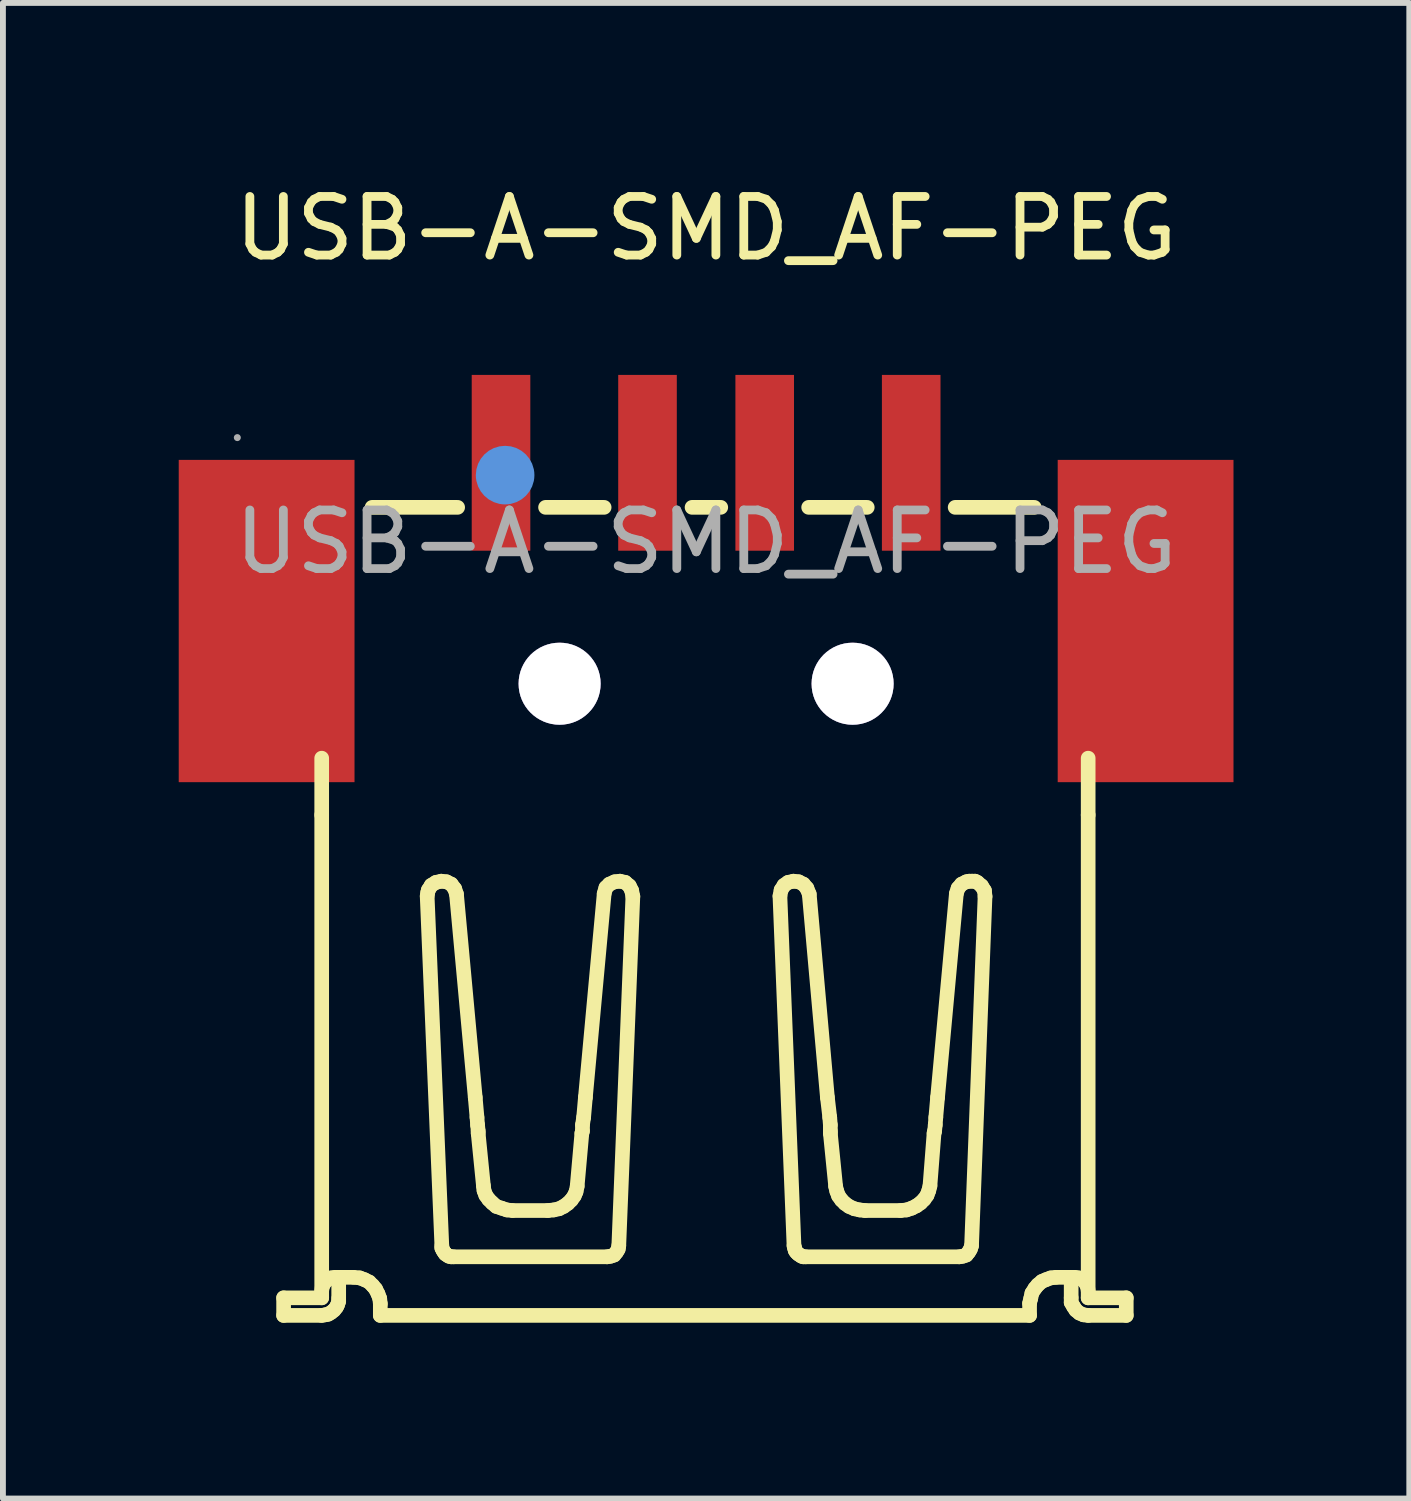
<source format=kicad_pcb>
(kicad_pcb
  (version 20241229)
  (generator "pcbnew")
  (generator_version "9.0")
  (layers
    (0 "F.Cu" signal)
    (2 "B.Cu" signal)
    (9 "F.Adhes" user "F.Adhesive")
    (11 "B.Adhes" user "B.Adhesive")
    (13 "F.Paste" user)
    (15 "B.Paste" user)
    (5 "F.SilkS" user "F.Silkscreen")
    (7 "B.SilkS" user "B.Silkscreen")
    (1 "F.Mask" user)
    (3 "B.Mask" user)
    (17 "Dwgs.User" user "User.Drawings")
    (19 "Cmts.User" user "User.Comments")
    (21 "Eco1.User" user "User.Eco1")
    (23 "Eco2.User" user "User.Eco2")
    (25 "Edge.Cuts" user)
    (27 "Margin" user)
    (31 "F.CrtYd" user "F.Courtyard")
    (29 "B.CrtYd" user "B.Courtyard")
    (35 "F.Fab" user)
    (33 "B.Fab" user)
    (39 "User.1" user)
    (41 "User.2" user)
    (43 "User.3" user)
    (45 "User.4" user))
  (footprint "USB-A-SMD_AF-PEG"
    (layer "F.Cu")
    (at 9 6.198)
    (property "Reference" "USB-A-SMD_AF-PEG" (at 0 -5.35 0) (layer "F.SilkS") (effects (font (size 1 1) (thickness 0.15))))
    (attr through_hole)
    (fp_line (start -7.21 12.9) (end -6.56 12.9) (stroke (width 0.25) (type solid)) (layer "F.SilkS"))
    (fp_line (start -7.21 13.2) (end -7.21 12.9) (stroke (width 0.25) (type solid)) (layer "F.SilkS"))
    (fp_line (start -7.21 13.2) (end -6.56 13.2) (stroke (width 0.25) (type solid)) (layer "F.SilkS"))
    (fp_line (start -6.56 4.66) (end -6.56 3.69) (stroke (width 0.25) (type solid)) (layer "F.SilkS"))
    (fp_line (start -6.56 12.9) (end -6.56 4.66) (stroke (width 0.25) (type solid)) (layer "F.SilkS"))
    (fp_line (start -6.56 13.2) (end -6.5 13.19) (stroke (width 0.25) (type solid)) (layer "F.SilkS"))
    (fp_line (start -6.55 12.71) (end -6.56 12.78) (stroke (width 0.25) (type solid)) (layer "F.SilkS"))
    (fp_line (start -6.52 12.65) (end -6.55 12.71) (stroke (width 0.25) (type solid)) (layer "F.SilkS"))
    (fp_line (start -6.5 13.19) (end -6.45 13.18) (stroke (width 0.25) (type solid)) (layer "F.SilkS"))
    (fp_line (start -6.47 12.59) (end -6.52 12.65) (stroke (width 0.25) (type solid)) (layer "F.SilkS"))
    (fp_line (start -6.45 13.18) (end -6.4 13.15) (stroke (width 0.25) (type solid)) (layer "F.SilkS"))
    (fp_line (start -6.4 12.56) (end -6.47 12.59) (stroke (width 0.25) (type solid)) (layer "F.SilkS"))
    (fp_line (start -6.4 13.15) (end -6.35 13.11) (stroke (width 0.25) (type solid)) (layer "F.SilkS"))
    (fp_line (start -6.35 13.11) (end -6.31 13.06) (stroke (width 0.25) (type solid)) (layer "F.SilkS"))
    (fp_line (start -6.33 12.55) (end -6.4 12.56) (stroke (width 0.25) (type solid)) (layer "F.SilkS"))
    (fp_line (start -6.33 12.55) (end -6.02 12.55) (stroke (width 0.25) (type solid)) (layer "F.SilkS"))
    (fp_line (start -6.31 13.06) (end -6.29 13.02) (stroke (width 0.25) (type solid)) (layer "F.SilkS"))
    (fp_line (start -6.29 13.02) (end -6.27 12.96) (stroke (width 0.25) (type solid)) (layer "F.SilkS"))
    (fp_line (start -6.27 12.9) (end -6.27 12.55) (stroke (width 0.25) (type solid)) (layer "F.SilkS"))
    (fp_line (start -6.27 12.96) (end -6.27 12.91) (stroke (width 0.25) (type solid)) (layer "F.SilkS"))
    (fp_line (start -5.91 12.56) (end -6.01 12.55) (stroke (width 0.25) (type solid)) (layer "F.SilkS"))
    (fp_line (start -5.83 12.59) (end -5.91 12.56) (stroke (width 0.25) (type solid)) (layer "F.SilkS"))
    (fp_line (start -5.75 12.63) (end -5.83 12.59) (stroke (width 0.25) (type solid)) (layer "F.SilkS"))
    (fp_line (start -5.69 12.69) (end -5.75 12.63) (stroke (width 0.25) (type solid)) (layer "F.SilkS"))
    (fp_line (start -5.64 12.75) (end -5.69 12.69) (stroke (width 0.25) (type solid)) (layer "F.SilkS"))
    (fp_line (start -5.6 12.83) (end -5.64 12.75) (stroke (width 0.25) (type solid)) (layer "F.SilkS"))
    (fp_line (start -5.57 12.91) (end -5.6 12.83) (stroke (width 0.25) (type solid)) (layer "F.SilkS"))
    (fp_line (start -5.56 13) (end -5.57 12.91) (stroke (width 0.25) (type solid)) (layer "F.SilkS"))
    (fp_line (start -5.56 13) (end -5.56 13.2) (stroke (width 0.25) (type solid)) (layer "F.SilkS"))
    (fp_line (start -5.56 13.2) (end 5.52 13.2) (stroke (width 0.25) (type solid)) (layer "F.SilkS"))
    (fp_line (start -4.76 6.05) (end -4.51 12.01) (stroke (width 0.25) (type solid)) (layer "F.SilkS"))
    (fp_line (start -4.75 5.98) (end -4.76 6.04) (stroke (width 0.25) (type solid)) (layer "F.SilkS"))
    (fp_line (start -4.74 5.94) (end -4.75 5.98) (stroke (width 0.25) (type solid)) (layer "F.SilkS"))
    (fp_line (start -4.69 5.86) (end -4.74 5.94) (stroke (width 0.25) (type solid)) (layer "F.SilkS"))
    (fp_line (start -4.61 5.81) (end -4.69 5.86) (stroke (width 0.25) (type solid)) (layer "F.SilkS"))
    (fp_line (start -4.52 5.79) (end -4.61 5.81) (stroke (width 0.25) (type solid)) (layer "F.SilkS"))
    (fp_line (start -4.51 12.01) (end -4.51 12.05) (stroke (width 0.25) (type solid)) (layer "F.SilkS"))
    (fp_line (start -4.51 12.05) (end -4.49 12.09) (stroke (width 0.25) (type solid)) (layer "F.SilkS"))
    (fp_line (start -4.49 12.09) (end -4.47 12.12) (stroke (width 0.25) (type solid)) (layer "F.SilkS"))
    (fp_line (start -4.47 12.12) (end -4.45 12.15) (stroke (width 0.25) (type solid)) (layer "F.SilkS"))
    (fp_line (start -4.45 12.15) (end -4.42 12.17) (stroke (width 0.25) (type solid)) (layer "F.SilkS"))
    (fp_line (start -4.43 5.8) (end -4.52 5.79) (stroke (width 0.25) (type solid)) (layer "F.SilkS"))
    (fp_line (start -4.42 12.17) (end -4.39 12.19) (stroke (width 0.25) (type solid)) (layer "F.SilkS"))
    (fp_line (start -4.39 12.19) (end -4.35 12.2) (stroke (width 0.25) (type solid)) (layer "F.SilkS"))
    (fp_line (start -4.35 5.84) (end -4.43 5.8) (stroke (width 0.25) (type solid)) (layer "F.SilkS"))
    (fp_line (start -4.35 12.2) (end -4.31 12.2) (stroke (width 0.25) (type solid)) (layer "F.SilkS"))
    (fp_line (start -4.31 12.2) (end -1.69 12.2) (stroke (width 0.25) (type solid)) (layer "F.SilkS"))
    (fp_line (start -4.29 5.92) (end -4.35 5.84) (stroke (width 0.25) (type solid)) (layer "F.SilkS"))
    (fp_line (start -4.26 6.01) (end -4.29 5.92) (stroke (width 0.25) (type solid)) (layer "F.SilkS"))
    (fp_line (start -4.24 -0.59) (end -5.7 -0.59) (stroke (width 0.25) (type solid)) (layer "F.SilkS"))
    (fp_line (start -3.94 9.48) (end -4.26 6.01) (stroke (width 0.25) (type solid)) (layer "F.SilkS"))
    (fp_line (start -3.94 9.48) (end -3.91 9.82) (stroke (width 0.25) (type solid)) (layer "F.SilkS"))
    (fp_line (start -3.91 9.82) (end -3.9 9.95) (stroke (width 0.25) (type solid)) (layer "F.SilkS"))
    (fp_line (start -3.89 10.05) (end -3.9 9.95) (stroke (width 0.25) (type solid)) (layer "F.SilkS"))
    (fp_line (start -3.89 10.09) (end -3.89 10.05) (stroke (width 0.25) (type solid)) (layer "F.SilkS"))
    (fp_line (start -3.8 10.99) (end -3.89 10.09) (stroke (width 0.25) (type solid)) (layer "F.SilkS"))
    (fp_line (start -3.8 10.99) (end -3.79 11.07) (stroke (width 0.25) (type solid)) (layer "F.SilkS"))
    (fp_line (start -3.79 11.07) (end -3.76 11.15) (stroke (width 0.25) (type solid)) (layer "F.SilkS"))
    (fp_line (start -3.76 11.15) (end -3.71 11.22) (stroke (width 0.25) (type solid)) (layer "F.SilkS"))
    (fp_line (start -3.71 11.22) (end -3.65 11.28) (stroke (width 0.25) (type solid)) (layer "F.SilkS"))
    (fp_line (start -3.65 11.28) (end -3.58 11.34) (stroke (width 0.25) (type solid)) (layer "F.SilkS"))
    (fp_line (start -3.58 11.34) (end -3.49 11.37) (stroke (width 0.25) (type solid)) (layer "F.SilkS"))
    (fp_line (start -3.49 11.37) (end -3.4 11.4) (stroke (width 0.25) (type solid)) (layer "F.SilkS"))
    (fp_line (start -3.4 11.4) (end -3.31 11.41) (stroke (width 0.25) (type solid)) (layer "F.SilkS"))
    (fp_line (start -2.7 11.41) (end -3.3 11.41) (stroke (width 0.25) (type solid)) (layer "F.SilkS"))
    (fp_line (start -2.7 11.41) (end -2.6 11.4) (stroke (width 0.25) (type solid)) (layer "F.SilkS"))
    (fp_line (start -2.6 11.4) (end -2.51 11.38) (stroke (width 0.25) (type solid)) (layer "F.SilkS"))
    (fp_line (start -2.51 11.38) (end -2.43 11.34) (stroke (width 0.25) (type solid)) (layer "F.SilkS"))
    (fp_line (start -2.43 11.34) (end -2.36 11.29) (stroke (width 0.25) (type solid)) (layer "F.SilkS"))
    (fp_line (start -2.36 11.29) (end -2.3 11.23) (stroke (width 0.25) (type solid)) (layer "F.SilkS"))
    (fp_line (start -2.3 11.23) (end -2.25 11.16) (stroke (width 0.25) (type solid)) (layer "F.SilkS"))
    (fp_line (start -2.25 11.16) (end -2.22 11.09) (stroke (width 0.25) (type solid)) (layer "F.SilkS"))
    (fp_line (start -2.22 11.09) (end -2.2 11) (stroke (width 0.25) (type solid)) (layer "F.SilkS"))
    (fp_line (start -2.12 10.09) (end -2.2 10.99) (stroke (width 0.25) (type solid)) (layer "F.SilkS"))
    (fp_line (start -2.12 10.09) (end -2.11 10.05) (stroke (width 0.25) (type solid)) (layer "F.SilkS"))
    (fp_line (start -2.11 10.05) (end -2.11 9.95) (stroke (width 0.25) (type solid)) (layer "F.SilkS"))
    (fp_line (start -2.09 9.82) (end -2.11 9.95) (stroke (width 0.25) (type solid)) (layer "F.SilkS"))
    (fp_line (start -2.06 9.48) (end -2.09 9.82) (stroke (width 0.25) (type solid)) (layer "F.SilkS"))
    (fp_line (start -2.06 9.48) (end -1.74 6.01) (stroke (width 0.25) (type solid)) (layer "F.SilkS"))
    (fp_line (start -1.74 -0.59) (end -2.74 -0.59) (stroke (width 0.25) (type solid)) (layer "F.SilkS"))
    (fp_line (start -1.71 5.9) (end -1.74 6) (stroke (width 0.25) (type solid)) (layer "F.SilkS"))
    (fp_line (start -1.69 12.2) (end -1.63 12.19) (stroke (width 0.25) (type solid)) (layer "F.SilkS"))
    (fp_line (start -1.65 5.84) (end -1.71 5.9) (stroke (width 0.25) (type solid)) (layer "F.SilkS"))
    (fp_line (start -1.63 12.19) (end -1.57 12.17) (stroke (width 0.25) (type solid)) (layer "F.SilkS"))
    (fp_line (start -1.57 12.17) (end -1.53 12.12) (stroke (width 0.25) (type solid)) (layer "F.SilkS"))
    (fp_line (start -1.56 5.8) (end -1.65 5.84) (stroke (width 0.25) (type solid)) (layer "F.SilkS"))
    (fp_line (start -1.53 12.12) (end -1.5 12.07) (stroke (width 0.25) (type solid)) (layer "F.SilkS"))
    (fp_line (start -1.5 12.07) (end -1.49 12.01) (stroke (width 0.25) (type solid)) (layer "F.SilkS"))
    (fp_line (start -1.49 12.01) (end -1.25 6.05) (stroke (width 0.25) (type solid)) (layer "F.SilkS"))
    (fp_line (start -1.47 5.79) (end -1.56 5.8) (stroke (width 0.25) (type solid)) (layer "F.SilkS"))
    (fp_line (start -1.38 5.81) (end -1.47 5.79) (stroke (width 0.25) (type solid)) (layer "F.SilkS"))
    (fp_line (start -1.31 5.87) (end -1.38 5.81) (stroke (width 0.25) (type solid)) (layer "F.SilkS"))
    (fp_line (start -1.27 5.95) (end -1.31 5.87) (stroke (width 0.25) (type solid)) (layer "F.SilkS"))
    (fp_line (start -1.25 6.05) (end -1.27 5.95) (stroke (width 0.25) (type solid)) (layer "F.SilkS"))
    (fp_line (start 0.25 -0.59) (end -0.24 -0.59) (stroke (width 0.25) (type solid)) (layer "F.SilkS"))
    (fp_line (start 1.28 5.94) (end 1.26 6.04) (stroke (width 0.25) (type solid)) (layer "F.SilkS"))
    (fp_line (start 1.33 5.86) (end 1.28 5.94) (stroke (width 0.25) (type solid)) (layer "F.SilkS"))
    (fp_line (start 1.4 5.81) (end 1.33 5.86) (stroke (width 0.25) (type solid)) (layer "F.SilkS"))
    (fp_line (start 1.49 5.79) (end 1.4 5.81) (stroke (width 0.25) (type solid)) (layer "F.SilkS"))
    (fp_line (start 1.5 12.01) (end 1.26 6.05) (stroke (width 0.25) (type solid)) (layer "F.SilkS"))
    (fp_line (start 1.5 12.01) (end 1.51 12.05) (stroke (width 0.25) (type solid)) (layer "F.SilkS"))
    (fp_line (start 1.51 12.05) (end 1.52 12.09) (stroke (width 0.25) (type solid)) (layer "F.SilkS"))
    (fp_line (start 1.52 12.09) (end 1.54 12.12) (stroke (width 0.25) (type solid)) (layer "F.SilkS"))
    (fp_line (start 1.54 12.12) (end 1.57 12.15) (stroke (width 0.25) (type solid)) (layer "F.SilkS"))
    (fp_line (start 1.57 12.15) (end 1.6 12.17) (stroke (width 0.25) (type solid)) (layer "F.SilkS"))
    (fp_line (start 1.58 5.8) (end 1.49 5.79) (stroke (width 0.25) (type solid)) (layer "F.SilkS"))
    (fp_line (start 1.6 12.17) (end 1.63 12.19) (stroke (width 0.25) (type solid)) (layer "F.SilkS"))
    (fp_line (start 1.63 12.19) (end 1.66 12.2) (stroke (width 0.25) (type solid)) (layer "F.SilkS"))
    (fp_line (start 1.66 5.84) (end 1.58 5.8) (stroke (width 0.25) (type solid)) (layer "F.SilkS"))
    (fp_line (start 1.66 12.2) (end 1.7 12.2) (stroke (width 0.25) (type solid)) (layer "F.SilkS"))
    (fp_line (start 1.72 5.91) (end 1.66 5.84) (stroke (width 0.25) (type solid)) (layer "F.SilkS"))
    (fp_line (start 1.76 6.01) (end 1.72 5.91) (stroke (width 0.25) (type solid)) (layer "F.SilkS"))
    (fp_line (start 2.07 9.48) (end 1.76 6.01) (stroke (width 0.25) (type solid)) (layer "F.SilkS"))
    (fp_line (start 2.07 9.48) (end 2.11 9.82) (stroke (width 0.25) (type solid)) (layer "F.SilkS"))
    (fp_line (start 2.11 9.82) (end 2.12 9.95) (stroke (width 0.25) (type solid)) (layer "F.SilkS"))
    (fp_line (start 2.12 10.05) (end 2.12 9.95) (stroke (width 0.25) (type solid)) (layer "F.SilkS"))
    (fp_line (start 2.12 10.09) (end 2.12 10.05) (stroke (width 0.25) (type solid)) (layer "F.SilkS"))
    (fp_line (start 2.12 10.09) (end 2.21 10.99) (stroke (width 0.25) (type solid)) (layer "F.SilkS"))
    (fp_line (start 2.23 11.08) (end 2.21 11) (stroke (width 0.25) (type solid)) (layer "F.SilkS"))
    (fp_line (start 2.26 11.16) (end 2.23 11.08) (stroke (width 0.25) (type solid)) (layer "F.SilkS"))
    (fp_line (start 2.31 11.23) (end 2.26 11.16) (stroke (width 0.25) (type solid)) (layer "F.SilkS"))
    (fp_line (start 2.37 11.29) (end 2.31 11.23) (stroke (width 0.25) (type solid)) (layer "F.SilkS"))
    (fp_line (start 2.44 11.34) (end 2.37 11.29) (stroke (width 0.25) (type solid)) (layer "F.SilkS"))
    (fp_line (start 2.53 11.38) (end 2.44 11.34) (stroke (width 0.25) (type solid)) (layer "F.SilkS"))
    (fp_line (start 2.62 11.4) (end 2.53 11.38) (stroke (width 0.25) (type solid)) (layer "F.SilkS"))
    (fp_line (start 2.71 11.41) (end 2.62 11.4) (stroke (width 0.25) (type solid)) (layer "F.SilkS"))
    (fp_line (start 2.71 11.41) (end 3.32 11.41) (stroke (width 0.25) (type solid)) (layer "F.SilkS"))
    (fp_line (start 2.75 -0.59) (end 1.75 -0.59) (stroke (width 0.25) (type solid)) (layer "F.SilkS"))
    (fp_line (start 3.42 11.4) (end 3.32 11.41) (stroke (width 0.25) (type solid)) (layer "F.SilkS"))
    (fp_line (start 3.51 11.37) (end 3.42 11.4) (stroke (width 0.25) (type solid)) (layer "F.SilkS"))
    (fp_line (start 3.59 11.33) (end 3.51 11.37) (stroke (width 0.25) (type solid)) (layer "F.SilkS"))
    (fp_line (start 3.66 11.28) (end 3.59 11.33) (stroke (width 0.25) (type solid)) (layer "F.SilkS"))
    (fp_line (start 3.72 11.22) (end 3.66 11.28) (stroke (width 0.25) (type solid)) (layer "F.SilkS"))
    (fp_line (start 3.77 11.15) (end 3.72 11.22) (stroke (width 0.25) (type solid)) (layer "F.SilkS"))
    (fp_line (start 3.8 11.07) (end 3.77 11.15) (stroke (width 0.25) (type solid)) (layer "F.SilkS"))
    (fp_line (start 3.82 10.99) (end 3.8 11.07) (stroke (width 0.25) (type solid)) (layer "F.SilkS"))
    (fp_line (start 3.89 10.09) (end 3.82 10.99) (stroke (width 0.25) (type solid)) (layer "F.SilkS"))
    (fp_line (start 3.89 10.09) (end 3.9 10.05) (stroke (width 0.25) (type solid)) (layer "F.SilkS"))
    (fp_line (start 3.9 10.05) (end 3.91 9.95) (stroke (width 0.25) (type solid)) (layer "F.SilkS"))
    (fp_line (start 3.92 9.82) (end 3.91 9.95) (stroke (width 0.25) (type solid)) (layer "F.SilkS"))
    (fp_line (start 3.95 9.48) (end 3.92 9.82) (stroke (width 0.25) (type solid)) (layer "F.SilkS"))
    (fp_line (start 3.95 9.48) (end 4.27 6.01) (stroke (width 0.25) (type solid)) (layer "F.SilkS"))
    (fp_line (start 4.25 -0.59) (end 5.6 -0.59) (stroke (width 0.25) (type solid)) (layer "F.SilkS"))
    (fp_line (start 4.3 5.91) (end 4.27 6) (stroke (width 0.25) (type solid)) (layer "F.SilkS"))
    (fp_line (start 4.32 12.2) (end 1.7 12.2) (stroke (width 0.25) (type solid)) (layer "F.SilkS"))
    (fp_line (start 4.32 12.2) (end 4.38 12.19) (stroke (width 0.25) (type solid)) (layer "F.SilkS"))
    (fp_line (start 4.36 5.84) (end 4.3 5.91) (stroke (width 0.25) (type solid)) (layer "F.SilkS"))
    (fp_line (start 4.38 12.19) (end 4.44 12.17) (stroke (width 0.25) (type solid)) (layer "F.SilkS"))
    (fp_line (start 4.44 5.8) (end 4.36 5.84) (stroke (width 0.25) (type solid)) (layer "F.SilkS"))
    (fp_line (start 4.44 12.17) (end 4.48 12.12) (stroke (width 0.25) (type solid)) (layer "F.SilkS"))
    (fp_line (start 4.48 12.12) (end 4.51 12.07) (stroke (width 0.25) (type solid)) (layer "F.SilkS"))
    (fp_line (start 4.49 5.79) (end 4.44 5.8) (stroke (width 0.25) (type solid)) (layer "F.SilkS"))
    (fp_line (start 4.51 12.07) (end 4.53 12.01) (stroke (width 0.25) (type solid)) (layer "F.SilkS"))
    (fp_line (start 4.54 5.79) (end 4.49 5.79) (stroke (width 0.25) (type solid)) (layer "F.SilkS"))
    (fp_line (start 4.59 5.79) (end 4.54 5.79) (stroke (width 0.25) (type solid)) (layer "F.SilkS"))
    (fp_line (start 4.63 5.81) (end 4.59 5.79) (stroke (width 0.25) (type solid)) (layer "F.SilkS"))
    (fp_line (start 4.7 5.87) (end 4.63 5.81) (stroke (width 0.25) (type solid)) (layer "F.SilkS"))
    (fp_line (start 4.75 5.95) (end 4.7 5.87) (stroke (width 0.25) (type solid)) (layer "F.SilkS"))
    (fp_line (start 4.76 6.05) (end 4.53 12.01) (stroke (width 0.25) (type solid)) (layer "F.SilkS"))
    (fp_line (start 4.76 6.05) (end 4.75 5.95) (stroke (width 0.25) (type solid)) (layer "F.SilkS"))
    (fp_line (start 5.52 13) (end 5.52 13.2) (stroke (width 0.25) (type solid)) (layer "F.SilkS"))
    (fp_line (start 5.54 12.91) (end 5.52 12.99) (stroke (width 0.25) (type solid)) (layer "F.SilkS"))
    (fp_line (start 5.56 12.82) (end 5.54 12.91) (stroke (width 0.25) (type solid)) (layer "F.SilkS"))
    (fp_line (start 5.61 12.74) (end 5.56 12.82) (stroke (width 0.25) (type solid)) (layer "F.SilkS"))
    (fp_line (start 5.66 12.68) (end 5.61 12.74) (stroke (width 0.25) (type solid)) (layer "F.SilkS"))
    (fp_line (start 5.73 12.62) (end 5.66 12.68) (stroke (width 0.25) (type solid)) (layer "F.SilkS"))
    (fp_line (start 5.8 12.59) (end 5.73 12.62) (stroke (width 0.25) (type solid)) (layer "F.SilkS"))
    (fp_line (start 5.88 12.56) (end 5.8 12.59) (stroke (width 0.25) (type solid)) (layer "F.SilkS"))
    (fp_line (start 5.97 12.55) (end 5.88 12.56) (stroke (width 0.25) (type solid)) (layer "F.SilkS"))
    (fp_line (start 6.23 12.9) (end 6.23 12.55) (stroke (width 0.25) (type solid)) (layer "F.SilkS"))
    (fp_line (start 6.23 12.9) (end 6.23 12.98) (stroke (width 0.25) (type solid)) (layer "F.SilkS"))
    (fp_line (start 6.23 12.98) (end 6.27 13.05) (stroke (width 0.25) (type solid)) (layer "F.SilkS"))
    (fp_line (start 6.27 13.05) (end 6.31 13.11) (stroke (width 0.25) (type solid)) (layer "F.SilkS"))
    (fp_line (start 6.29 12.55) (end 5.97 12.55) (stroke (width 0.25) (type solid)) (layer "F.SilkS"))
    (fp_line (start 6.31 13.11) (end 6.37 13.16) (stroke (width 0.25) (type solid)) (layer "F.SilkS"))
    (fp_line (start 6.36 12.56) (end 6.29 12.55) (stroke (width 0.25) (type solid)) (layer "F.SilkS"))
    (fp_line (start 6.37 13.16) (end 6.44 13.19) (stroke (width 0.25) (type solid)) (layer "F.SilkS"))
    (fp_line (start 6.43 12.59) (end 6.36 12.56) (stroke (width 0.25) (type solid)) (layer "F.SilkS"))
    (fp_line (start 6.44 13.19) (end 6.52 13.2) (stroke (width 0.25) (type solid)) (layer "F.SilkS"))
    (fp_line (start 6.48 12.65) (end 6.43 12.59) (stroke (width 0.25) (type solid)) (layer "F.SilkS"))
    (fp_line (start 6.51 12.71) (end 6.48 12.65) (stroke (width 0.25) (type solid)) (layer "F.SilkS"))
    (fp_line (start 6.52 4.66) (end 6.52 3.69) (stroke (width 0.25) (type solid)) (layer "F.SilkS"))
    (fp_line (start 6.52 12.78) (end 6.51 12.71) (stroke (width 0.25) (type solid)) (layer "F.SilkS"))
    (fp_line (start 6.52 12.9) (end 6.52 4.66) (stroke (width 0.25) (type solid)) (layer "F.SilkS"))
    (fp_line (start 7.17 12.9) (end 6.52 12.9) (stroke (width 0.25) (type solid)) (layer "F.SilkS"))
    (fp_line (start 7.17 13.2) (end 6.52 13.2) (stroke (width 0.25) (type solid)) (layer "F.SilkS"))
    (fp_line (start 7.17 13.2) (end 7.17 12.9) (stroke (width 0.25) (type solid)) (layer "F.SilkS"))
    (fp_circle (center -3.43 -1.14) (end -3.18 -1.14) (stroke (width 0.5) (type solid)) (fill no) (layer "Cmts.User"))
    (fp_circle (center -8 -1.78) (end -7.97 -1.78) (stroke (width 0.06) (type solid)) (fill no) (layer "F.Fab"))
    (fp_circle (center -2.5 2.42) (end -2.2 2.42) (stroke (width 0.6) (type solid)) (fill no) (layer "F.Fab"))
    (fp_circle (center 2.5 2.42) (end 2.8 2.42) (stroke (width 0.6) (type solid)) (fill no) (layer "F.Fab"))
    (fp_text user "${REFERENCE}" (at 0 0 0) (layer "F.Fab") (effects (font (size 1 1) (thickness 0.15))))
    (pad "" thru_hole circle (at -2.5 2.42) (size 1.4 1.4) (drill 1.4) (layers "*.Cu" "*.Mask"))
    (pad "" thru_hole circle (at 2.5 2.42) (size 1.4 1.4) (drill 1.4) (layers "*.Cu" "*.Mask"))
    (pad "1" smd rect (at -3.5 -1.35 90) (size 3 1) (layers "F.Cu" "F.Mask" "F.Paste"))
    (pad "2" smd rect (at -1 -1.35 90) (size 3 1) (layers "F.Cu" "F.Mask" "F.Paste"))
    (pad "3" smd rect (at 1 -1.35 90) (size 3 1) (layers "F.Cu" "F.Mask" "F.Paste"))
    (pad "4" smd rect (at 3.5 -1.35 90) (size 3 1) (layers "F.Cu" "F.Mask" "F.Paste"))
    (pad "SH1" smd rect (at 7.5 1.35 180) (size 3 5.5) (layers "F.Cu" "F.Mask" "F.Paste"))
    (pad "SH2" smd rect (at -7.5 1.35 180) (size 3 5.5) (layers "F.Cu" "F.Mask" "F.Paste")))
  (gr_rect
    (start -3 -3)
    (end 21 22.523)
    (stroke (width 0.1) (type default))
    (fill no)
    (layer "Edge.Cuts")))
</source>
